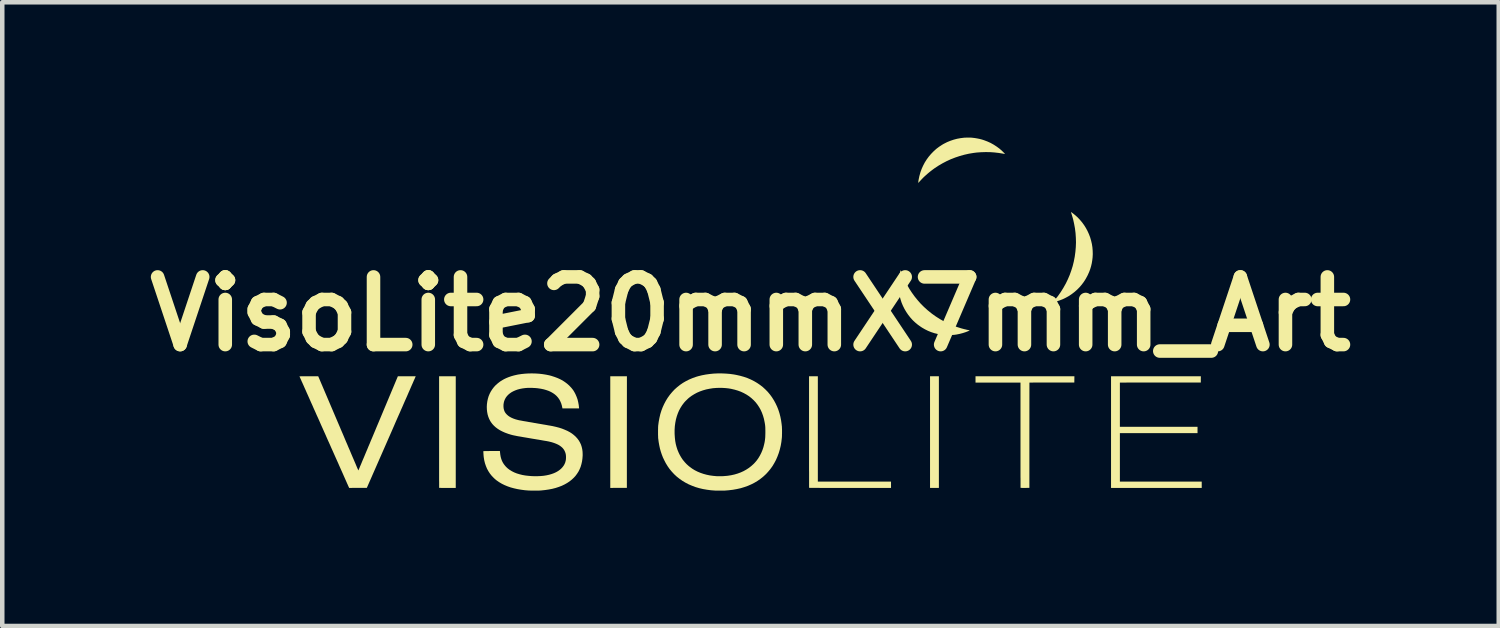
<source format=kicad_pcb>
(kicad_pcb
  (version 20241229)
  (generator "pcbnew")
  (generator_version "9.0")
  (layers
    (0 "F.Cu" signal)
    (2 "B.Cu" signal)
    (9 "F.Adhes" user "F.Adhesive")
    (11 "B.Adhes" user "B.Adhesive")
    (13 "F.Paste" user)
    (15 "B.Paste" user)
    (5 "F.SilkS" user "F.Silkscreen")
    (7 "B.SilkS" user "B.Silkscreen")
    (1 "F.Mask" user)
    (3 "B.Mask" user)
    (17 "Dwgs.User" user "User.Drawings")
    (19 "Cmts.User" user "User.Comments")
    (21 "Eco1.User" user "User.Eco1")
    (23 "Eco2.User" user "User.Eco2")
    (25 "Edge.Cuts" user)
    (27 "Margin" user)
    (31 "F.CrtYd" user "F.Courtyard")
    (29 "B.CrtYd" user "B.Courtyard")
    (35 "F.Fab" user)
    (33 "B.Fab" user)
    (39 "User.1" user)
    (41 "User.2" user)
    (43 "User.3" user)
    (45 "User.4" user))
  (footprint "VisoLite20mmX7mm_Art"
    (layer "F.Cu")
    (at 13.586 3.91)
    (property "Reference" "VisoLite20mmX7mm_Art" (at 0 0 180) (layer "F.SilkS") (effects (font (size 1.5 1.5) (thickness 0.3))))
    (attr board_only exclude_from_pos_files exclude_from_bom allow_missing_courtyard)
    (fp_poly (pts (xy -2.741 2.617) (xy -2.741 3.854) (xy -2.925 3.854) (xy -3.109 3.855) (xy -3.109 2.617) (xy -3.109 1.38) (xy -2.924 1.38) (xy -2.74 1.38)) (stroke (width 0) (type solid)) (fill yes) (layer "F.SilkS"))
    (fp_poly (pts (xy 4.175 2.617) (xy 4.175 3.855) (xy 4.077 3.855) (xy 3.979 3.855) (xy 3.979 2.617) (xy 3.979 1.38) (xy 4.077 1.38) (xy 4.175 1.38)) (stroke (width 0) (type solid)) (fill yes) (layer "F.SilkS"))
    (fp_poly (pts (xy 9.981 1.449) (xy 9.981 1.519) (xy 9.084 1.519) (xy 8.187 1.52) (xy 8.187 2.01) (xy 8.187 2.5) (xy 9.047 2.5) (xy 9.908 2.5) (xy 9.908 2.571) (xy 9.908 2.641) (xy 9.047 2.641) (xy 8.187 2.641) (xy 8.187 3.178) (xy 8.187 3.715) (xy 9.094 3.715) (xy 10.001 3.715) (xy 10.001 3.785) (xy 10.001 3.855) (xy 8.996 3.855) (xy 7.991 3.855) (xy 7.991 2.617) (xy 7.991 1.38) (xy 8.987 1.38) (xy 9.982 1.38)) (stroke (width 0) (type solid)) (fill yes) (layer "F.SilkS"))
    (fp_poly (pts (xy -6.534 2.617) (xy -6.534 3.855) (xy -6.717 3.855) (xy -6.748 3.855) (xy -6.778 3.855) (xy -6.805 3.855) (xy -6.83 3.855) (xy -6.852 3.855) (xy -6.871 3.854) (xy -6.885 3.854) (xy -6.896 3.854) (xy -6.901 3.853) (xy -6.902 3.853) (xy -6.902 3.85) (xy -6.902 3.842) (xy -6.902 3.829) (xy -6.902 3.811) (xy -6.902 3.788) (xy -6.902 3.76) (xy -6.902 3.728) (xy -6.903 3.691) (xy -6.903 3.65) (xy -6.903 3.606) (xy -6.903 3.557) (xy -6.903 3.506) (xy -6.903 3.45) (xy -6.903 3.392) (xy -6.903 3.33) (xy -6.903 3.265) (xy -6.903 3.198) (xy -6.903 3.128) (xy -6.903 3.056) (xy -6.903 2.982) (xy -6.903 2.905) (xy -6.903 2.827) (xy -6.903 2.747) (xy -6.903 2.666) (xy -6.903 2.616) (xy -6.903 1.38) (xy -6.719 1.38) (xy -6.534 1.38)) (stroke (width 0) (type solid)) (fill yes) (layer "F.SilkS"))
    (fp_poly (pts (xy 7.178 1.449) (xy 7.177 1.519) (xy 6.68 1.519) (xy 6.182 1.52) (xy 6.181 2.687) (xy 6.181 3.854) (xy 6.084 3.855) (xy 6.062 3.855) (xy 6.041 3.855) (xy 6.022 3.855) (xy 6.007 3.854) (xy 5.995 3.854) (xy 5.988 3.854) (xy 5.986 3.853) (xy 5.986 3.851) (xy 5.985 3.842) (xy 5.985 3.829) (xy 5.985 3.811) (xy 5.985 3.788) (xy 5.985 3.76) (xy 5.985 3.728) (xy 5.985 3.691) (xy 5.985 3.651) (xy 5.984 3.607) (xy 5.984 3.559) (xy 5.984 3.507) (xy 5.984 3.452) (xy 5.984 3.394) (xy 5.984 3.333) (xy 5.984 3.269) (xy 5.984 3.202) (xy 5.984 3.133) (xy 5.984 3.062) (xy 5.984 2.989) (xy 5.984 2.913) (xy 5.984 2.836) (xy 5.984 2.758) (xy 5.984 2.686) (xy 5.984 1.52) (xy 5.485 1.52) (xy 4.987 1.52) (xy 4.987 1.45) (xy 4.987 1.38) (xy 6.083 1.38) (xy 7.179 1.38)) (stroke (width 0) (type solid)) (fill yes) (layer "F.SilkS"))
    (fp_poly (pts (xy 1.492 2.547) (xy 1.492 3.715) (xy 2.303 3.715) (xy 3.114 3.715) (xy 3.114 3.785) (xy 3.114 3.855) (xy 2.208 3.855) (xy 2.137 3.855) (xy 2.068 3.855) (xy 2.001 3.855) (xy 1.935 3.855) (xy 1.872 3.855) (xy 1.811 3.855) (xy 1.752 3.855) (xy 1.696 3.855) (xy 1.643 3.855) (xy 1.592 3.855) (xy 1.545 3.855) (xy 1.502 3.854) (xy 1.462 3.854) (xy 1.426 3.854) (xy 1.394 3.854) (xy 1.366 3.854) (xy 1.343 3.854) (xy 1.324 3.854) (xy 1.311 3.854) (xy 1.302 3.853) (xy 1.299 3.853) (xy 1.299 3.853) (xy 1.299 3.85) (xy 1.299 3.842) (xy 1.298 3.829) (xy 1.298 3.811) (xy 1.298 3.788) (xy 1.298 3.76) (xy 1.298 3.728) (xy 1.298 3.691) (xy 1.298 3.65) (xy 1.298 3.606) (xy 1.298 3.557) (xy 1.298 3.506) (xy 1.297 3.45) (xy 1.297 3.392) (xy 1.297 3.33) (xy 1.297 3.265) (xy 1.297 3.198) (xy 1.297 3.128) (xy 1.297 3.056) (xy 1.297 2.982) (xy 1.297 2.905) (xy 1.297 2.827) (xy 1.297 2.747) (xy 1.297 2.666) (xy 1.297 2.616) (xy 1.297 1.38) (xy 1.395 1.38) (xy 1.492 1.38)) (stroke (width 0) (type solid)) (fill yes) (layer "F.SilkS"))
    (fp_poly (pts (xy 7.106 -2.259) (xy 7.112 -2.255) (xy 7.12 -2.249) (xy 7.131 -2.242) (xy 7.133 -2.241) (xy 7.193 -2.193) (xy 7.25 -2.142) (xy 7.302 -2.087) (xy 7.351 -2.029) (xy 7.395 -1.968) (xy 7.435 -1.904) (xy 7.47 -1.838) (xy 7.501 -1.77) (xy 7.528 -1.699) (xy 7.549 -1.627) (xy 7.566 -1.554) (xy 7.578 -1.479) (xy 7.584 -1.404) (xy 7.586 -1.328) (xy 7.582 -1.251) (xy 7.575 -1.193) (xy 7.564 -1.125) (xy 7.549 -1.06) (xy 7.53 -0.997) (xy 7.507 -0.935) (xy 7.479 -0.872) (xy 7.466 -0.845) (xy 7.429 -0.777) (xy 7.388 -0.713) (xy 7.342 -0.651) (xy 7.293 -0.594) (xy 7.239 -0.539) (xy 7.182 -0.489) (xy 7.122 -0.443) (xy 7.059 -0.4) (xy 6.992 -0.363) (xy 6.923 -0.329) (xy 6.851 -0.301) (xy 6.777 -0.277) (xy 6.742 -0.267) (xy 6.725 -0.263) (xy 6.714 -0.261) (xy 6.706 -0.259) (xy 6.703 -0.26) (xy 6.702 -0.261) (xy 6.704 -0.265) (xy 6.708 -0.27) (xy 6.736 -0.302) (xy 6.76 -0.33) (xy 6.781 -0.357) (xy 6.801 -0.381) (xy 6.819 -0.405) (xy 6.836 -0.429) (xy 6.853 -0.453) (xy 6.871 -0.479) (xy 6.883 -0.497) (xy 6.938 -0.586) (xy 6.989 -0.677) (xy 7.034 -0.77) (xy 7.075 -0.866) (xy 7.11 -0.964) (xy 7.141 -1.063) (xy 7.166 -1.165) (xy 7.186 -1.269) (xy 7.187 -1.275) (xy 7.201 -1.379) (xy 7.21 -1.483) (xy 7.214 -1.587) (xy 7.211 -1.691) (xy 7.204 -1.795) (xy 7.191 -1.899) (xy 7.172 -2.002) (xy 7.153 -2.088) (xy 7.147 -2.111) (xy 7.14 -2.136) (xy 7.132 -2.162) (xy 7.125 -2.188) (xy 7.117 -2.212) (xy 7.111 -2.232) (xy 7.107 -2.243) (xy 7.105 -2.251) (xy 7.103 -2.258) (xy 7.103 -2.26)) (stroke (width 0) (type solid)) (fill yes) (layer "F.SilkS"))
    (fp_poly (pts (xy 4.842 -3.91) (xy 4.867 -3.91) (xy 4.889 -3.909) (xy 4.908 -3.908) (xy 4.914 -3.907) (xy 4.966 -3.901) (xy 5.021 -3.892) (xy 5.076 -3.881) (xy 5.13 -3.867) (xy 5.176 -3.852) (xy 5.25 -3.824) (xy 5.321 -3.792) (xy 5.389 -3.754) (xy 5.454 -3.712) (xy 5.517 -3.666) (xy 5.547 -3.64) (xy 5.558 -3.631) (xy 5.571 -3.619) (xy 5.583 -3.607) (xy 5.596 -3.595) (xy 5.608 -3.583) (xy 5.619 -3.571) (xy 5.629 -3.562) (xy 5.636 -3.554) (xy 5.639 -3.549) (xy 5.64 -3.547) (xy 5.637 -3.548) (xy 5.629 -3.549) (xy 5.617 -3.551) (xy 5.603 -3.553) (xy 5.594 -3.555) (xy 5.5 -3.57) (xy 5.404 -3.581) (xy 5.307 -3.588) (xy 5.208 -3.589) (xy 5.11 -3.586) (xy 5.012 -3.579) (xy 4.943 -3.57) (xy 4.84 -3.553) (xy 4.738 -3.53) (xy 4.638 -3.502) (xy 4.539 -3.469) (xy 4.443 -3.432) (xy 4.349 -3.389) (xy 4.257 -3.341) (xy 4.168 -3.289) (xy 4.081 -3.232) (xy 4.024 -3.19) (xy 3.975 -3.152) (xy 3.928 -3.113) (xy 3.884 -3.074) (xy 3.84 -3.034) (xy 3.797 -2.99) (xy 3.753 -2.943) (xy 3.732 -2.92) (xy 3.717 -2.904) (xy 3.719 -2.923) (xy 3.721 -2.945) (xy 3.725 -2.97) (xy 3.73 -2.997) (xy 3.736 -3.025) (xy 3.741 -3.051) (xy 3.746 -3.069) (xy 3.767 -3.145) (xy 3.794 -3.218) (xy 3.826 -3.289) (xy 3.862 -3.358) (xy 3.903 -3.423) (xy 3.949 -3.486) (xy 3.999 -3.545) (xy 4.053 -3.601) (xy 4.111 -3.654) (xy 4.133 -3.672) (xy 4.151 -3.685) (xy 4.172 -3.701) (xy 4.195 -3.717) (xy 4.22 -3.733) (xy 4.244 -3.749) (xy 4.267 -3.763) (xy 4.287 -3.774) (xy 4.289 -3.775) (xy 4.358 -3.81) (xy 4.429 -3.839) (xy 4.503 -3.864) (xy 4.579 -3.884) (xy 4.656 -3.898) (xy 4.729 -3.907) (xy 4.746 -3.909) (xy 4.767 -3.909) (xy 4.791 -3.91) (xy 4.816 -3.91)) (stroke (width 0) (type solid)) (fill yes) (layer "F.SilkS"))
    (fp_poly (pts (xy 3.329 -0.969) (xy 3.33 -0.968) (xy 3.332 -0.964) (xy 3.335 -0.957) (xy 3.338 -0.947) (xy 3.343 -0.933) (xy 3.347 -0.922) (xy 3.384 -0.827) (xy 3.425 -0.734) (xy 3.472 -0.643) (xy 3.523 -0.554) (xy 3.579 -0.469) (xy 3.639 -0.386) (xy 3.704 -0.306) (xy 3.772 -0.229) (xy 3.845 -0.156) (xy 3.921 -0.087) (xy 4.001 -0.022) (xy 4.024 -0.004) (xy 4.11 0.057) (xy 4.198 0.113) (xy 4.289 0.164) (xy 4.382 0.21) (xy 4.477 0.251) (xy 4.575 0.288) (xy 4.675 0.319) (xy 4.738 0.336) (xy 4.757 0.34) (xy 4.777 0.345) (xy 4.796 0.35) (xy 4.813 0.353) (xy 4.824 0.355) (xy 4.837 0.358) (xy 4.847 0.36) (xy 4.854 0.362) (xy 4.857 0.364) (xy 4.858 0.364) (xy 4.855 0.366) (xy 4.848 0.369) (xy 4.838 0.374) (xy 4.825 0.38) (xy 4.81 0.386) (xy 4.794 0.392) (xy 4.778 0.399) (xy 4.778 0.399) (xy 4.707 0.422) (xy 4.635 0.441) (xy 4.56 0.456) (xy 4.53 0.46) (xy 4.515 0.462) (xy 4.5 0.463) (xy 4.485 0.464) (xy 4.467 0.465) (xy 4.447 0.466) (xy 4.422 0.466) (xy 4.402 0.467) (xy 4.38 0.467) (xy 4.359 0.467) (xy 4.341 0.467) (xy 4.325 0.467) (xy 4.313 0.467) (xy 4.306 0.467) (xy 4.304 0.466) (xy 4.225 0.457) (xy 4.149 0.443) (xy 4.076 0.425) (xy 4.005 0.402) (xy 3.936 0.374) (xy 3.869 0.341) (xy 3.803 0.303) (xy 3.771 0.282) (xy 3.708 0.237) (xy 3.649 0.188) (xy 3.593 0.135) (xy 3.542 0.078) (xy 3.495 0.018) (xy 3.452 -0.045) (xy 3.413 -0.111) (xy 3.379 -0.179) (xy 3.349 -0.25) (xy 3.325 -0.324) (xy 3.305 -0.4) (xy 3.3 -0.421) (xy 3.294 -0.452) (xy 3.29 -0.481) (xy 3.286 -0.509) (xy 3.284 -0.539) (xy 3.282 -0.571) (xy 3.281 -0.607) (xy 3.28 -0.615) (xy 3.28 -0.65) (xy 3.28 -0.681) (xy 3.281 -0.71) (xy 3.283 -0.737) (xy 3.285 -0.764) (xy 3.289 -0.793) (xy 3.292 -0.815) (xy 3.294 -0.828) (xy 3.297 -0.843) (xy 3.301 -0.86) (xy 3.305 -0.879) (xy 3.309 -0.897) (xy 3.313 -0.915) (xy 3.317 -0.932) (xy 3.321 -0.947) (xy 3.324 -0.958) (xy 3.326 -0.966) (xy 3.328 -0.969) (xy 3.329 -0.969)) (stroke (width 0) (type solid)) (fill yes) (layer "F.SilkS"))
    (fp_poly (pts (xy -7.586 1.38) (xy -7.556 1.38) (xy -7.527 1.38) (xy -7.501 1.38) (xy -7.478 1.38) (xy -7.458 1.38) (xy -7.442 1.38) (xy -7.43 1.38) (xy -7.423 1.38) (xy -7.421 1.38) (xy -7.422 1.383) (xy -7.426 1.39) (xy -7.431 1.403) (xy -7.438 1.419) (xy -7.447 1.441) (xy -7.459 1.466) (xy -7.472 1.496) (xy -7.486 1.529) (xy -7.503 1.567) (xy -7.521 1.608) (xy -7.54 1.652) (xy -7.561 1.7) (xy -7.584 1.752) (xy -7.607 1.806) (xy -7.632 1.863) (xy -7.659 1.923) (xy -7.686 1.985) (xy -7.714 2.05) (xy -7.744 2.117) (xy -7.774 2.187) (xy -7.806 2.258) (xy -7.838 2.331) (xy -7.871 2.406) (xy -7.904 2.483) (xy -7.938 2.561) (xy -7.963 2.618) (xy -8.505 3.854) (xy -8.701 3.854) (xy -8.897 3.855) (xy -8.9 3.849) (xy -8.901 3.846) (xy -8.904 3.838) (xy -8.91 3.826) (xy -8.918 3.809) (xy -8.927 3.787) (xy -8.939 3.762) (xy -8.952 3.732) (xy -8.967 3.698) (xy -8.984 3.66) (xy -9.002 3.619) (xy -9.022 3.574) (xy -9.043 3.526) (xy -9.066 3.475) (xy -9.09 3.421) (xy -9.116 3.363) (xy -9.142 3.303) (xy -9.17 3.241) (xy -9.199 3.176) (xy -9.229 3.109) (xy -9.26 3.039) (xy -9.292 2.968) (xy -9.324 2.895) (xy -9.358 2.82) (xy -9.392 2.744) (xy -9.426 2.666) (xy -9.449 2.615) (xy -9.484 2.536) (xy -9.519 2.459) (xy -9.552 2.383) (xy -9.585 2.309) (xy -9.618 2.237) (xy -9.649 2.166) (xy -9.68 2.098) (xy -9.709 2.031) (xy -9.738 1.967) (xy -9.765 1.906) (xy -9.791 1.847) (xy -9.816 1.791) (xy -9.84 1.738) (xy -9.862 1.687) (xy -9.883 1.641) (xy -9.902 1.597) (xy -9.92 1.557) (xy -9.936 1.521) (xy -9.951 1.489) (xy -9.963 1.46) (xy -9.974 1.436) (xy -9.983 1.416) (xy -9.99 1.401) (xy -9.995 1.39) (xy -9.997 1.384) (xy -9.998 1.383) (xy -9.997 1.382) (xy -9.994 1.382) (xy -9.989 1.381) (xy -9.981 1.381) (xy -9.969 1.381) (xy -9.954 1.38) (xy -9.936 1.38) (xy -9.913 1.38) (xy -9.886 1.38) (xy -9.855 1.38) (xy -9.818 1.38) (xy -9.79 1.38) (xy -9.582 1.381) (xy -9.138 2.424) (xy -9.107 2.496) (xy -9.077 2.568) (xy -9.047 2.637) (xy -9.018 2.705) (xy -8.99 2.772) (xy -8.963 2.836) (xy -8.936 2.898) (xy -8.911 2.958) (xy -8.886 3.015) (xy -8.863 3.07) (xy -8.841 3.122) (xy -8.82 3.171) (xy -8.8 3.217) (xy -8.782 3.26) (xy -8.765 3.299) (xy -8.75 3.334) (xy -8.737 3.366) (xy -8.725 3.394) (xy -8.715 3.418) (xy -8.706 3.437) (xy -8.7 3.452) (xy -8.696 3.462) (xy -8.693 3.467) (xy -8.693 3.468) (xy -8.692 3.466) (xy -8.689 3.458) (xy -8.683 3.446) (xy -8.676 3.43) (xy -8.667 3.409) (xy -8.657 3.383) (xy -8.644 3.354) (xy -8.63 3.321) (xy -8.615 3.284) (xy -8.598 3.243) (xy -8.579 3.199) (xy -8.559 3.152) (xy -8.538 3.101) (xy -8.516 3.048) (xy -8.492 2.992) (xy -8.468 2.933) (xy -8.442 2.873) (xy -8.416 2.809) (xy -8.388 2.744) (xy -8.36 2.677) (xy -8.331 2.608) (xy -8.302 2.538) (xy -8.272 2.466) (xy -8.254 2.424) (xy -7.817 1.38) (xy -7.619 1.38)) (stroke (width 0) (type solid)) (fill yes) (layer "F.SilkS"))
    (fp_poly (pts (xy -0.547 1.321) (xy -0.458 1.328) (xy -0.371 1.34) (xy -0.317 1.35) (xy -0.232 1.369) (xy -0.15 1.392) (xy -0.071 1.419) (xy 0.004 1.451) (xy 0.076 1.487) (xy 0.144 1.527) (xy 0.209 1.571) (xy 0.271 1.619) (xy 0.328 1.671) (xy 0.382 1.726) (xy 0.432 1.786) (xy 0.478 1.849) (xy 0.48 1.853) (xy 0.521 1.918) (xy 0.557 1.985) (xy 0.589 2.053) (xy 0.617 2.124) (xy 0.641 2.198) (xy 0.661 2.275) (xy 0.677 2.355) (xy 0.689 2.439) (xy 0.694 2.485) (xy 0.696 2.5) (xy 0.696 2.518) (xy 0.697 2.541) (xy 0.698 2.566) (xy 0.698 2.593) (xy 0.698 2.621) (xy 0.698 2.648) (xy 0.697 2.675) (xy 0.697 2.7) (xy 0.696 2.721) (xy 0.695 2.739) (xy 0.694 2.747) (xy 0.684 2.835) (xy 0.669 2.921) (xy 0.649 3.004) (xy 0.625 3.084) (xy 0.596 3.161) (xy 0.564 3.235) (xy 0.526 3.306) (xy 0.485 3.374) (xy 0.439 3.438) (xy 0.389 3.498) (xy 0.343 3.548) (xy 0.285 3.602) (xy 0.224 3.651) (xy 0.159 3.697) (xy 0.091 3.738) (xy 0.019 3.775) (xy -0.056 3.808) (xy -0.135 3.836) (xy -0.217 3.861) (xy -0.302 3.88) (xy -0.391 3.896) (xy -0.484 3.907) (xy -0.556 3.913) (xy -0.57 3.914) (xy -0.589 3.914) (xy -0.611 3.915) (xy -0.635 3.915) (xy -0.661 3.915) (xy -0.687 3.915) (xy -0.713 3.915) (xy -0.737 3.915) (xy -0.758 3.915) (xy -0.775 3.914) (xy -0.783 3.914) (xy -0.877 3.907) (xy -0.967 3.895) (xy -1.054 3.88) (xy -1.139 3.86) (xy -1.22 3.836) (xy -1.297 3.807) (xy -1.372 3.775) (xy -1.443 3.738) (xy -1.51 3.698) (xy -1.574 3.653) (xy -1.635 3.605) (xy -1.692 3.552) (xy -1.744 3.496) (xy -1.794 3.436) (xy -1.839 3.372) (xy -1.88 3.304) (xy -1.912 3.242) (xy -1.942 3.179) (xy -1.967 3.115) (xy -1.989 3.049) (xy -2.008 2.982) (xy -2.023 2.912) (xy -2.036 2.839) (xy -2.046 2.762) (xy -2.047 2.756) (xy -2.048 2.743) (xy -2.048 2.724) (xy -2.049 2.702) (xy -2.05 2.677) (xy -2.05 2.65) (xy -2.05 2.648) (xy -1.683 2.648) (xy -1.682 2.672) (xy -1.677 2.746) (xy -1.669 2.816) (xy -1.657 2.882) (xy -1.64 2.947) (xy -1.62 3.009) (xy -1.595 3.069) (xy -1.574 3.113) (xy -1.541 3.172) (xy -1.504 3.228) (xy -1.462 3.28) (xy -1.417 3.328) (xy -1.367 3.373) (xy -1.312 3.414) (xy -1.293 3.428) (xy -1.236 3.463) (xy -1.175 3.494) (xy -1.11 3.521) (xy -1.043 3.544) (xy -0.973 3.563) (xy -0.901 3.578) (xy -0.826 3.588) (xy -0.75 3.595) (xy -0.672 3.596) (xy -0.594 3.594) (xy -0.588 3.593) (xy -0.508 3.586) (xy -0.431 3.574) (xy -0.358 3.558) (xy -0.287 3.537) (xy -0.219 3.512) (xy -0.155 3.483) (xy -0.094 3.449) (xy -0.037 3.412) (xy 0.017 3.37) (xy 0.068 3.324) (xy 0.095 3.296) (xy 0.137 3.247) (xy 0.174 3.195) (xy 0.208 3.138) (xy 0.238 3.079) (xy 0.264 3.017) (xy 0.286 2.952) (xy 0.303 2.884) (xy 0.304 2.879) (xy 0.311 2.848) (xy 0.316 2.819) (xy 0.32 2.791) (xy 0.323 2.764) (xy 0.326 2.736) (xy 0.327 2.707) (xy 0.328 2.674) (xy 0.329 2.638) (xy 0.329 2.615) (xy 0.329 2.581) (xy 0.328 2.553) (xy 0.328 2.527) (xy 0.327 2.504) (xy 0.325 2.483) (xy 0.323 2.462) (xy 0.32 2.441) (xy 0.316 2.418) (xy 0.312 2.396) (xy 0.297 2.323) (xy 0.277 2.254) (xy 0.253 2.188) (xy 0.225 2.126) (xy 0.192 2.067) (xy 0.155 2.011) (xy 0.114 1.958) (xy 0.069 1.91) (xy 0.02 1.865) (xy -0.033 1.823) (xy -0.09 1.786) (xy -0.15 1.753) (xy -0.214 1.723) (xy -0.282 1.698) (xy -0.353 1.677) (xy -0.427 1.66) (xy -0.429 1.659) (xy -0.49 1.649) (xy -0.555 1.642) (xy -0.622 1.638) (xy -0.69 1.637) (xy -0.757 1.639) (xy -0.822 1.644) (xy -0.833 1.645) (xy -0.909 1.657) (xy -0.983 1.672) (xy -1.053 1.692) (xy -1.121 1.716) (xy -1.186 1.744) (xy -1.247 1.777) (xy -1.305 1.813) (xy -1.355 1.85) (xy -1.371 1.863) (xy -1.389 1.879) (xy -1.408 1.898) (xy -1.428 1.917) (xy -1.447 1.936) (xy -1.463 1.954) (xy -1.475 1.968) (xy -1.516 2.022) (xy -1.552 2.079) (xy -1.585 2.14) (xy -1.612 2.204) (xy -1.635 2.27) (xy -1.654 2.34) (xy -1.668 2.413) (xy -1.678 2.488) (xy -1.683 2.567) (xy -1.683 2.648) (xy -2.05 2.648) (xy -2.05 2.622) (xy -2.05 2.594) (xy -2.05 2.566) (xy -2.049 2.54) (xy -2.049 2.517) (xy -2.048 2.497) (xy -2.047 2.481) (xy -2.047 2.476) (xy -2.035 2.387) (xy -2.019 2.302) (xy -2 2.22) (xy -1.976 2.142) (xy -1.947 2.066) (xy -1.914 1.994) (xy -1.877 1.924) (xy -1.836 1.857) (xy -1.835 1.856) (xy -1.789 1.792) (xy -1.739 1.732) (xy -1.686 1.675) (xy -1.628 1.623) (xy -1.567 1.574) (xy -1.502 1.529) (xy -1.433 1.489) (xy -1.362 1.453) (xy -1.286 1.421) (xy -1.208 1.393) (xy -1.157 1.378) (xy -1.076 1.358) (xy -0.992 1.342) (xy -0.905 1.33) (xy -0.817 1.321) (xy -0.727 1.317) (xy -0.637 1.317)) (stroke (width 0) (type solid)) (fill yes) (layer "F.SilkS"))
    (fp_poly (pts (xy -4.763 1.319) (xy -4.684 1.324) (xy -4.607 1.333) (xy -4.532 1.345) (xy -4.459 1.36) (xy -4.411 1.373) (xy -4.343 1.395) (xy -4.279 1.419) (xy -4.219 1.446) (xy -4.163 1.476) (xy -4.112 1.51) (xy -4.064 1.546) (xy -4.019 1.586) (xy -4.004 1.602) (xy -3.973 1.635) (xy -3.947 1.667) (xy -3.923 1.7) (xy -3.902 1.736) (xy -3.881 1.775) (xy -3.88 1.778) (xy -3.856 1.833) (xy -3.835 1.891) (xy -3.82 1.953) (xy -3.808 2.018) (xy -3.802 2.073) (xy -3.8 2.093) (xy -3.984 2.093) (xy -4.169 2.093) (xy -4.171 2.082) (xy -4.182 2.03) (xy -4.197 1.98) (xy -4.217 1.934) (xy -4.24 1.891) (xy -4.268 1.852) (xy -4.3 1.816) (xy -4.336 1.784) (xy -4.377 1.755) (xy -4.422 1.729) (xy -4.471 1.706) (xy -4.525 1.687) (xy -4.583 1.67) (xy -4.645 1.657) (xy -4.712 1.647) (xy -4.728 1.645) (xy -4.75 1.643) (xy -4.775 1.641) (xy -4.803 1.64) (xy -4.831 1.638) (xy -4.859 1.637) (xy -4.886 1.637) (xy -4.909 1.637) (xy -4.929 1.637) (xy -4.933 1.637) (xy -4.996 1.642) (xy -5.056 1.65) (xy -5.112 1.661) (xy -5.165 1.675) (xy -5.214 1.693) (xy -5.259 1.713) (xy -5.301 1.736) (xy -5.338 1.762) (xy -5.371 1.79) (xy -5.4 1.821) (xy -5.425 1.855) (xy -5.444 1.89) (xy -5.46 1.929) (xy -5.47 1.969) (xy -5.476 2.011) (xy -5.476 2.055) (xy -5.476 2.057) (xy -5.472 2.095) (xy -5.463 2.131) (xy -5.45 2.164) (xy -5.432 2.194) (xy -5.408 2.222) (xy -5.401 2.229) (xy -5.372 2.255) (xy -5.337 2.279) (xy -5.298 2.3) (xy -5.254 2.319) (xy -5.205 2.336) (xy -5.152 2.35) (xy -5.127 2.356) (xy -5.12 2.357) (xy -5.108 2.359) (xy -5.091 2.362) (xy -5.07 2.366) (xy -5.045 2.371) (xy -5.016 2.376) (xy -4.984 2.381) (xy -4.95 2.387) (xy -4.913 2.394) (xy -4.874 2.4) (xy -4.833 2.407) (xy -4.791 2.415) (xy -4.764 2.419) (xy -4.721 2.427) (xy -4.679 2.434) (xy -4.638 2.441) (xy -4.599 2.448) (xy -4.562 2.454) (xy -4.527 2.46) (xy -4.495 2.466) (xy -4.466 2.471) (xy -4.441 2.475) (xy -4.42 2.479) (xy -4.403 2.482) (xy -4.391 2.484) (xy -4.387 2.485) (xy -4.312 2.502) (xy -4.243 2.52) (xy -4.178 2.541) (xy -4.118 2.565) (xy -4.061 2.59) (xy -4.053 2.594) (xy -4.003 2.621) (xy -3.958 2.65) (xy -3.917 2.682) (xy -3.88 2.715) (xy -3.873 2.722) (xy -3.837 2.762) (xy -3.806 2.804) (xy -3.78 2.849) (xy -3.758 2.896) (xy -3.742 2.946) (xy -3.73 2.999) (xy -3.723 3.054) (xy -3.721 3.112) (xy -3.721 3.137) (xy -3.726 3.205) (xy -3.735 3.269) (xy -3.749 3.33) (xy -3.766 3.388) (xy -3.789 3.443) (xy -3.815 3.495) (xy -3.847 3.544) (xy -3.882 3.591) (xy -3.917 3.629) (xy -3.962 3.671) (xy -4.011 3.71) (xy -4.065 3.746) (xy -4.122 3.778) (xy -4.184 3.808) (xy -4.25 3.833) (xy -4.32 3.856) (xy -4.394 3.875) (xy -4.472 3.89) (xy -4.553 3.902) (xy -4.638 3.911) (xy -4.667 3.913) (xy -4.686 3.914) (xy -4.709 3.914) (xy -4.735 3.915) (xy -4.763 3.915) (xy -4.792 3.915) (xy -4.822 3.915) (xy -4.85 3.915) (xy -4.876 3.914) (xy -4.899 3.913) (xy -4.915 3.913) (xy -5.002 3.906) (xy -5.086 3.895) (xy -5.167 3.881) (xy -5.243 3.864) (xy -5.317 3.844) (xy -5.386 3.82) (xy -5.451 3.793) (xy -5.512 3.763) (xy -5.568 3.73) (xy -5.58 3.722) (xy -5.606 3.704) (xy -5.628 3.689) (xy -5.647 3.673) (xy -5.667 3.657) (xy -5.686 3.638) (xy -5.696 3.629) (xy -5.739 3.584) (xy -5.777 3.536) (xy -5.811 3.484) (xy -5.841 3.429) (xy -5.865 3.371) (xy -5.886 3.31) (xy -5.902 3.246) (xy -5.913 3.179) (xy -5.913 3.176) (xy -5.915 3.164) (xy -5.916 3.148) (xy -5.918 3.131) (xy -5.919 3.114) (xy -5.92 3.096) (xy -5.921 3.079) (xy -5.922 3.064) (xy -5.922 3.052) (xy -5.922 3.044) (xy -5.922 3.04) (xy -5.922 3.04) (xy -5.919 3.039) (xy -5.911 3.039) (xy -5.898 3.039) (xy -5.881 3.038) (xy -5.861 3.038) (xy -5.837 3.038) (xy -5.81 3.038) (xy -5.78 3.037) (xy -5.749 3.037) (xy -5.737 3.037) (xy -5.555 3.037) (xy -5.553 3.061) (xy -5.547 3.116) (xy -5.538 3.166) (xy -5.525 3.213) (xy -5.509 3.256) (xy -5.488 3.297) (xy -5.464 3.334) (xy -5.435 3.37) (xy -5.417 3.39) (xy -5.378 3.426) (xy -5.335 3.458) (xy -5.288 3.486) (xy -5.236 3.512) (xy -5.181 3.534) (xy -5.121 3.552) (xy -5.057 3.568) (xy -4.989 3.58) (xy -4.917 3.588) (xy -4.84 3.594) (xy -4.794 3.595) (xy -4.722 3.595) (xy -4.653 3.592) (xy -4.586 3.586) (xy -4.523 3.576) (xy -4.464 3.563) (xy -4.409 3.547) (xy -4.357 3.528) (xy -4.309 3.506) (xy -4.266 3.481) (xy -4.227 3.453) (xy -4.199 3.429) (xy -4.168 3.396) (xy -4.143 3.363) (xy -4.123 3.328) (xy -4.107 3.29) (xy -4.097 3.251) (xy -4.093 3.23) (xy -4.091 3.204) (xy -4.09 3.175) (xy -4.091 3.145) (xy -4.094 3.118) (xy -4.097 3.1) (xy -4.108 3.064) (xy -4.123 3.03) (xy -4.142 2.999) (xy -4.166 2.97) (xy -4.194 2.944) (xy -4.227 2.919) (xy -4.264 2.897) (xy -4.307 2.877) (xy -4.354 2.859) (xy -4.407 2.842) (xy -4.464 2.828) (xy -4.468 2.827) (xy -4.476 2.825) (xy -4.49 2.823) (xy -4.508 2.819) (xy -4.53 2.815) (xy -4.557 2.811) (xy -4.586 2.806) (xy -4.619 2.8) (xy -4.654 2.794) (xy -4.692 2.787) (xy -4.732 2.781) (xy -4.773 2.774) (xy -4.815 2.767) (xy -4.834 2.764) (xy -4.892 2.754) (xy -4.944 2.745) (xy -4.991 2.737) (xy -5.034 2.73) (xy -5.073 2.723) (xy -5.107 2.717) (xy -5.139 2.712) (xy -5.167 2.707) (xy -5.192 2.702) (xy -5.215 2.697) (xy -5.236 2.693) (xy -5.255 2.689) (xy -5.272 2.685) (xy -5.288 2.681) (xy -5.303 2.677) (xy -5.317 2.673) (xy -5.331 2.669) (xy -5.345 2.664) (xy -5.36 2.66) (xy -5.375 2.655) (xy -5.38 2.653) (xy -5.443 2.63) (xy -5.501 2.604) (xy -5.555 2.576) (xy -5.604 2.545) (xy -5.648 2.512) (xy -5.688 2.476) (xy -5.724 2.437) (xy -5.755 2.395) (xy -5.771 2.369) (xy -5.794 2.324) (xy -5.813 2.276) (xy -5.828 2.225) (xy -5.838 2.172) (xy -5.844 2.117) (xy -5.846 2.059) (xy -5.843 2.001) (xy -5.835 1.941) (xy -5.835 1.939) (xy -5.822 1.879) (xy -5.805 1.822) (xy -5.782 1.767) (xy -5.755 1.715) (xy -5.723 1.666) (xy -5.687 1.619) (xy -5.646 1.575) (xy -5.6 1.535) (xy -5.551 1.497) (xy -5.496 1.463) (xy -5.465 1.445) (xy -5.415 1.421) (xy -5.361 1.399) (xy -5.303 1.379) (xy -5.243 1.362) (xy -5.182 1.348) (xy -5.154 1.342) (xy -5.079 1.331) (xy -5.002 1.323) (xy -4.923 1.318) (xy -4.843 1.317)) (stroke (width 0) (type solid)) (fill yes) (layer "F.SilkS")))
  (gr_rect
    (start -3 -3)
    (end 30.171 10.825)
    (stroke (width 0.1) (type default))
    (fill no)
    (layer "Edge.Cuts")))
</source>
